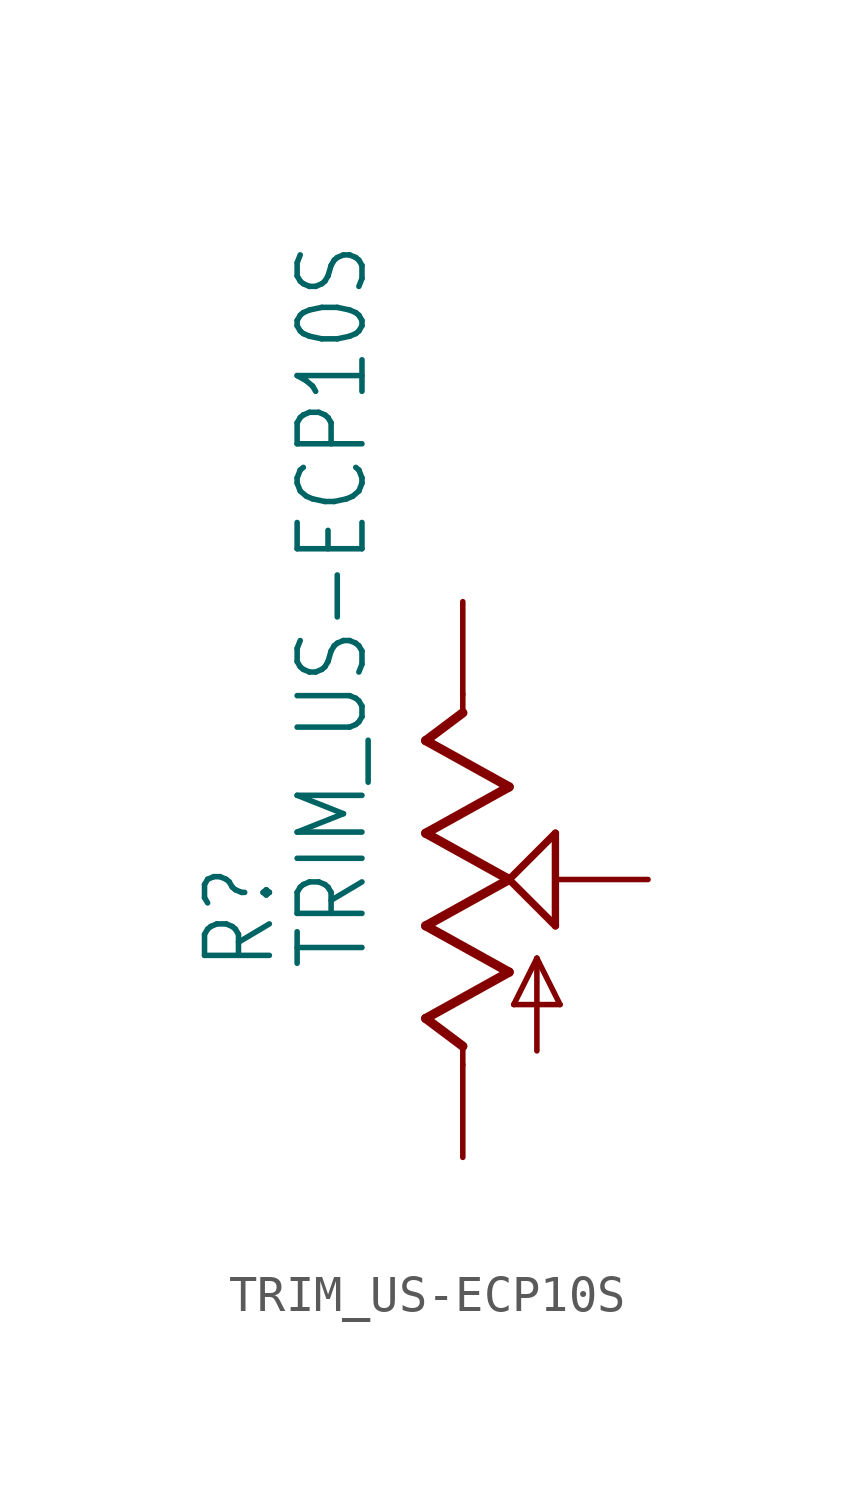
<source format=kicad_sym>
(kicad_symbol_lib
  (version 20211014)
  (generator kicad_symbol_editor)
  (symbol "TRIM_US-ECP10S"
    (property "Reference" "R"
      (at -5.08 -2.54 90)
      (effects (font (size 1.778 1.511)) (justify left bottom)))
    (property "Value" "TRIM_US-ECP10S"
      (at -2.54 -2.54 90)
      (effects (font (size 1.778 1.511)) (justify left bottom)))
    (property "ki_locked" ""
      (at 0 0 0)
      (effects (font (size 1.27 1.27))))
    (symbol "TRIM_US-ECP10S_1_0"
      (polyline (pts (xy -1.016 -3.81) (xy 1.27 -2.54)) (stroke (width 0.254) (type default) (color 0 0 0 0)) (fill (type none)))
      (polyline (pts (xy -1.016 -1.27) (xy 1.27 0)) (stroke (width 0.254) (type default) (color 0 0 0 0)) (fill (type none)))
      (polyline (pts (xy -1.016 1.27) (xy 1.27 2.54)) (stroke (width 0.254) (type default) (color 0 0 0 0)) (fill (type none)))
      (polyline (pts (xy -1.016 3.81) (xy 0 4.572)) (stroke (width 0.254) (type default) (color 0 0 0 0)) (fill (type none)))
      (polyline (pts (xy 0 -5.08) (xy 0 -4.572)) (stroke (width 0.152) (type default) (color 0 0 0 0)) (fill (type none)))
      (polyline (pts (xy 0 -4.572) (xy -1.016 -3.81)) (stroke (width 0.254) (type default) (color 0 0 0 0)) (fill (type none)))
      (polyline (pts (xy 0 4.572) (xy 0 5.08)) (stroke (width 0.152) (type default) (color 0 0 0 0)) (fill (type none)))
      (polyline (pts (xy 1.27 -2.54) (xy -1.016 -1.27)) (stroke (width 0.254) (type default) (color 0 0 0 0)) (fill (type none)))
      (polyline (pts (xy 1.27 0) (xy -1.016 1.27)) (stroke (width 0.254) (type default) (color 0 0 0 0)) (fill (type none)))
      (polyline (pts (xy 1.27 0) (xy 2.54 1.27)) (stroke (width 0.203) (type default) (color 0 0 0 0)) (fill (type none)))
      (polyline (pts (xy 1.27 2.54) (xy -1.016 3.81)) (stroke (width 0.254) (type default) (color 0 0 0 0)) (fill (type none)))
      (polyline (pts (xy 1.397 -3.429) (xy 2.032 -2.159)) (stroke (width 0.152) (type default) (color 0 0 0 0)) (fill (type none)))
      (polyline (pts (xy 2.032 -4.699) (xy 2.032 -2.159)) (stroke (width 0.152) (type default) (color 0 0 0 0)) (fill (type none)))
      (polyline (pts (xy 2.032 -2.159) (xy 2.667 -3.429)) (stroke (width 0.152) (type default) (color 0 0 0 0)) (fill (type none)))
      (polyline (pts (xy 2.54 -1.27) (xy 1.27 0)) (stroke (width 0.203) (type default) (color 0 0 0 0)) (fill (type none)))
      (polyline (pts (xy 2.54 1.27) (xy 2.54 -1.27)) (stroke (width 0.203) (type default) (color 0 0 0 0)) (fill (type none)))
      (polyline (pts (xy 2.667 -3.429) (xy 1.397 -3.429)) (stroke (width 0.152) (type default) (color 0 0 0 0)) (fill (type none)))
      (pin passive line (at 0 -7.62 90) (length 2.54) (name "A" (effects (font (size 0 0)))) (number "A" (effects (font (size 0 0)))))
      (pin passive line (at 0 7.62 270) (length 2.54) (name "E" (effects (font (size 0 0)))) (number "E" (effects (font (size 0 0)))))
      (pin passive line (at 5.08 0 180) (length 2.54) (name "S" (effects (font (size 0 0)))) (number "S" (effects (font (size 0 0))))))))
</source>
